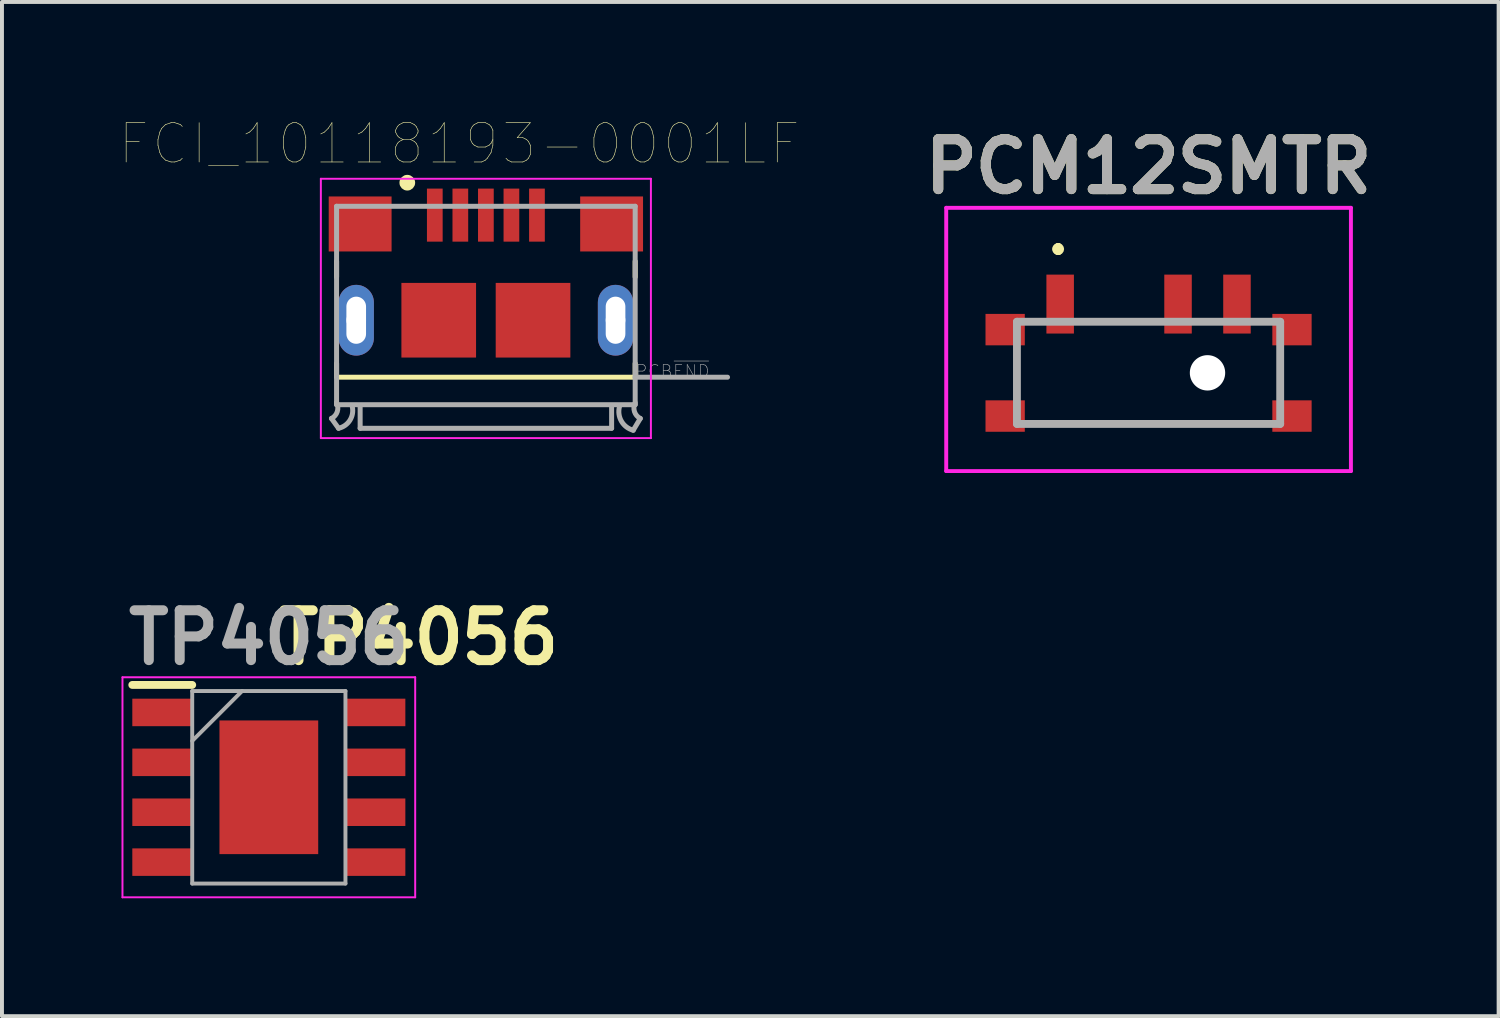
<source format=kicad_pcb>
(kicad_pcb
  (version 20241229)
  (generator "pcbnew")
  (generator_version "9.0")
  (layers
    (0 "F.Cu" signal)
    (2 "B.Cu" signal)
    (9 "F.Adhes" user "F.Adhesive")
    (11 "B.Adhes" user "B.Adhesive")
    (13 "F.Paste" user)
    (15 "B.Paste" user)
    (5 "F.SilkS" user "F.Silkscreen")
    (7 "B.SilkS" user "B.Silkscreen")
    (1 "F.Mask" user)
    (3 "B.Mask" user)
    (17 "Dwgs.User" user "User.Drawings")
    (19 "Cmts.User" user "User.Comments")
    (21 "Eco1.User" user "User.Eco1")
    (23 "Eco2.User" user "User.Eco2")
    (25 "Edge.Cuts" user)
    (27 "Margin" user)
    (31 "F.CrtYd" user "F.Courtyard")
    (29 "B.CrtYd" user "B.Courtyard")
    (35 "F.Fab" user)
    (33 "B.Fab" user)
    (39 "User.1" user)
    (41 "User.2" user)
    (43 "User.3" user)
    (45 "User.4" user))
  (footprint "TP4056"
    (layer "F.Cu")
    (at 3.792 16.987)
    (property "Reference" "TP4056" (at 3.81 -3.81 0) (layer "F.SilkS") (effects (font (size 1.27 1.27) (thickness 0.254))))
    (attr smd)
    (fp_line (start -3.475 -2.605) (end -1.95 -2.605) (stroke (width 0.2) (type solid)) (layer "F.SilkS"))
    (fp_line (start -3.725 -2.8) (end 3.725 -2.8) (stroke (width 0.05) (type solid)) (layer "F.CrtYd"))
    (fp_line (start -3.725 2.8) (end -3.725 -2.8) (stroke (width 0.05) (type solid)) (layer "F.CrtYd"))
    (fp_line (start 3.725 -2.8) (end 3.725 2.8) (stroke (width 0.05) (type solid)) (layer "F.CrtYd"))
    (fp_line (start 3.725 2.8) (end -3.725 2.8) (stroke (width 0.05) (type solid)) (layer "F.CrtYd"))
    (fp_line (start -1.95 -2.45) (end 1.95 -2.45) (stroke (width 0.1) (type solid)) (layer "F.Fab"))
    (fp_line (start -1.95 -1.18) (end -0.68 -2.45) (stroke (width 0.1) (type solid)) (layer "F.Fab"))
    (fp_line (start -1.95 2.45) (end -1.95 -2.45) (stroke (width 0.1) (type solid)) (layer "F.Fab"))
    (fp_line (start 1.95 -2.45) (end 1.95 2.45) (stroke (width 0.1) (type solid)) (layer "F.Fab"))
    (fp_line (start 1.95 2.45) (end -1.95 2.45) (stroke (width 0.1) (type solid)) (layer "F.Fab"))
    (fp_text user "${REFERENCE}" (at 0 -3.81 0) (layer "F.Fab") (effects (font (size 1.27 1.27) (thickness 0.254))))
    (pad "1" smd rect (at -2.712 -1.905 90) (size 0.7 1.525) (layers "F.Cu" "F.Mask" "F.Paste"))
    (pad "2" smd rect (at -2.712 -0.635 90) (size 0.7 1.525) (layers "F.Cu" "F.Mask" "F.Paste"))
    (pad "3" smd rect (at -2.712 0.635 90) (size 0.7 1.525) (layers "F.Cu" "F.Mask" "F.Paste"))
    (pad "4" smd rect (at -2.712 1.905 90) (size 0.7 1.525) (layers "F.Cu" "F.Mask" "F.Paste"))
    (pad "5" smd rect (at 2.712 1.905 90) (size 0.7 1.525) (layers "F.Cu" "F.Mask" "F.Paste"))
    (pad "6" smd rect (at 2.712 0.635 90) (size 0.7 1.525) (layers "F.Cu" "F.Mask" "F.Paste"))
    (pad "7" smd rect (at 2.712 -0.635 90) (size 0.7 1.525) (layers "F.Cu" "F.Mask" "F.Paste"))
    (pad "8" smd rect (at 2.712 -1.905 90) (size 0.7 1.525) (layers "F.Cu" "F.Mask" "F.Paste"))
    (pad "9" smd rect (at 0 0) (size 2.513 3.402) (layers "F.Cu" "F.Mask" "F.Paste")))
  (footprint "PCM12SMTR"
    (layer "F.Cu")
    (at 26.182 6.439)
    (property "Reference" "PCM12SMTR" (at 0 -5.25 0) (layer "F.SilkS") (effects (font (size 1.27 1.27) (thickness 0.254))))
    (attr through_hole)
    (fp_line (start -2.9 1.3) (end 2.9 1.3) (stroke (width 0.1) (type solid)) (layer "F.SilkS"))
    (fp_line (start -2.3 -3.2) (end -2.3 -3.2) (stroke (width 0.2) (type solid)) (layer "F.SilkS"))
    (fp_line (start -2.3 -3.2) (end -2.3 -3.2) (stroke (width 0.2) (type solid)) (layer "F.SilkS"))
    (fp_line (start -2.3 -3.1) (end -2.3 -3.1) (stroke (width 0.2) (type solid)) (layer "F.SilkS"))
    (fp_arc (start -2.3 -3.2) (mid -2.25 -3.15) (end -2.3 -3.1) (stroke (width 0.2) (type solid)) (layer "F.SilkS"))
    (fp_arc (start -2.3 -3.1) (mid -2.35 -3.15) (end -2.3 -3.2) (stroke (width 0.2) (type solid)) (layer "F.SilkS"))
    (fp_arc (start -2.3 -3.1) (mid -2.35 -3.15) (end -2.3 -3.2) (stroke (width 0.2) (type solid)) (layer "F.SilkS"))
    (fp_line (start -5.15 -4.2) (end 5.15 -4.2) (stroke (width 0.1) (type solid)) (layer "F.CrtYd"))
    (fp_line (start -5.15 2.5) (end -5.15 -4.2) (stroke (width 0.1) (type solid)) (layer "F.CrtYd"))
    (fp_line (start 5.15 -4.2) (end 5.15 2.5) (stroke (width 0.1) (type solid)) (layer "F.CrtYd"))
    (fp_line (start 5.15 2.5) (end -5.15 2.5) (stroke (width 0.1) (type solid)) (layer "F.CrtYd"))
    (fp_line (start -3.35 -1.3) (end -3.35 1.3) (stroke (width 0.2) (type solid)) (layer "F.Fab"))
    (fp_line (start -3.35 1.3) (end 3.35 1.3) (stroke (width 0.2) (type solid)) (layer "F.Fab"))
    (fp_line (start 3.35 -1.3) (end -3.35 -1.3) (stroke (width 0.2) (type solid)) (layer "F.Fab"))
    (fp_line (start 3.35 1.3) (end 3.35 -1.3) (stroke (width 0.2) (type solid)) (layer "F.Fab"))
    (fp_text user "${REFERENCE}" (at 0 -5.25 0) (layer "F.Fab") (effects (font (size 1.27 1.27) (thickness 0.254))))
    (pad "" np_thru_hole circle (at -1.5 0) (size 0.001 0.001) (drill 0.9) (layers "*.Cu" "*.Mask"))
    (pad "" np_thru_hole circle (at 1.5 0) (size 0.9 0.9) (drill 0.9) (layers "*.Cu" "*.Mask"))
    (pad "1" smd rect (at -2.25 -1.75) (size 0.7 1.5) (layers "F.Cu" "F.Mask" "F.Paste"))
    (pad "2" smd rect (at 0.75 -1.75) (size 0.7 1.5) (layers "F.Cu" "F.Mask" "F.Paste"))
    (pad "3" smd rect (at 2.25 -1.75) (size 0.7 1.5) (layers "F.Cu" "F.Mask" "F.Paste"))
    (pad "MP1" smd rect (at -3.65 -1.1 90) (size 0.8 1) (layers "F.Cu" "F.Mask" "F.Paste"))
    (pad "MP2" smd rect (at -3.65 1.1 90) (size 0.8 1) (layers "F.Cu" "F.Mask" "F.Paste"))
    (pad "MP3" smd rect (at 3.65 1.1 90) (size 0.8 1) (layers "F.Cu" "F.Mask" "F.Paste"))
    (pad "MP4" smd rect (at 3.65 -1.1 90) (size 0.8 1) (layers "F.Cu" "F.Mask" "F.Paste")))
  (footprint "FCI_10118193-0001LF"
    (layer "F.Cu")
    (at 9.316 5.1)
    (property "Reference" "FCI_10118193-0001LF" (at -0.679 -4.489 0) (layer "F.SilkS") (effects (font (size 1 1) (thickness 0.015))))
    (attr through_hole)
    (fp_line (start -3.8 -1.5) (end -3.8 -1.1) (stroke (width 0.127) (type solid)) (layer "F.SilkS"))
    (fp_line (start -3.8 1.1) (end -3.8 1.4) (stroke (width 0.127) (type solid)) (layer "F.SilkS"))
    (fp_line (start -3.8 1.45) (end 3.8 1.45) (stroke (width 0.127) (type solid)) (layer "F.SilkS"))
    (fp_line (start 3.8 -1.1) (end 3.8 -1.5) (stroke (width 0.127) (type solid)) (layer "F.SilkS"))
    (fp_line (start 3.8 1.1) (end 3.8 1.4) (stroke (width 0.127) (type solid)) (layer "F.SilkS"))
    (fp_circle (center -2 -3.5) (end -1.9 -3.5) (stroke (width 0.2) (type solid)) (fill no) (layer "F.SilkS"))
    (fp_line (start -4.2 -3.6) (end -4.2 3) (stroke (width 0.05) (type solid)) (layer "F.CrtYd"))
    (fp_line (start -4.2 3) (end 4.2 3) (stroke (width 0.05) (type solid)) (layer "F.CrtYd"))
    (fp_line (start 4.2 -3.6) (end -4.2 -3.6) (stroke (width 0.05) (type solid)) (layer "F.CrtYd"))
    (fp_line (start 4.2 3) (end 4.2 -3.6) (stroke (width 0.05) (type solid)) (layer "F.CrtYd"))
    (fp_line (start -3.93 2.5) (end -3.75 2.75) (stroke (width 0.127) (type solid)) (layer "F.Fab"))
    (fp_line (start -3.8 -2.9) (end 3.8 -2.9) (stroke (width 0.127) (type solid)) (layer "F.Fab"))
    (fp_line (start -3.8 2.1) (end -3.8 -2.9) (stroke (width 0.127) (type solid)) (layer "F.Fab"))
    (fp_line (start -3.8 2.15) (end -3.8 2.1) (stroke (width 0.127) (type solid)) (layer "F.Fab"))
    (fp_line (start -3.2 2.2) (end -3.2 2.75) (stroke (width 0.127) (type solid)) (layer "F.Fab"))
    (fp_line (start -3.2 2.75) (end 3.2 2.75) (stroke (width 0.127) (type solid)) (layer "F.Fab"))
    (fp_line (start 3.2 2.75) (end 3.2 2.2) (stroke (width 0.127) (type solid)) (layer "F.Fab"))
    (fp_line (start 3.8 -2.9) (end 3.8 1.45) (stroke (width 0.127) (type solid)) (layer "F.Fab"))
    (fp_line (start 3.8 1.45) (end 3.8 2.15) (stroke (width 0.127) (type solid)) (layer "F.Fab"))
    (fp_line (start 3.8 1.45) (end 6.15 1.45) (stroke (width 0.127) (type solid)) (layer "F.Fab"))
    (fp_line (start 3.8 2.15) (end -3.8 2.15) (stroke (width 0.127) (type solid)) (layer "F.Fab"))
    (fp_line (start 3.93 2.5) (end 3.75 2.8) (stroke (width 0.127) (type solid)) (layer "F.Fab"))
    (fp_arc (start -3.8 2.1) (mid -3.782157 2.326924) (end -3.93 2.5) (stroke (width 0.127) (type solid)) (layer "F.Fab"))
    (fp_arc (start -3.4 2.2) (mid -3.461091 2.547487) (end -3.75 2.75) (stroke (width 0.127) (type solid)) (layer "F.Fab"))
    (fp_arc (start 3.75 2.8) (mid 3.450736 2.572487) (end 3.4 2.2) (stroke (width 0.127) (type solid)) (layer "F.Fab"))
    (fp_arc (start 3.93 2.5) (mid 3.782157 2.326924) (end 3.8 2.1) (stroke (width 0.127) (type solid)) (layer "F.Fab"))
    (fp_text user "PCB~{END}" (at 4.75 1.3 0) (layer "F.Fab") (effects (font (size 0.32 0.32) (thickness 0.015))))
    (pad "" np_thru_hole circle (at -3.3 0) (size 0.5 0.5) (drill 0.5) (layers "*.Cu" "*.Mask"))
    (pad "" np_thru_hole circle (at 3.3 0) (size 0.5 0.5) (drill 0.5) (layers "*.Cu" "*.Mask"))
    (pad "1" smd rect (at -1.3 -2.675) (size 0.4 1.35) (layers "F.Cu" "F.Mask" "F.Paste"))
    (pad "2" smd rect (at -0.65 -2.675) (size 0.4 1.35) (layers "F.Cu" "F.Mask" "F.Paste"))
    (pad "3" smd rect (at 0 -2.675) (size 0.4 1.35) (layers "F.Cu" "F.Mask" "F.Paste"))
    (pad "4" smd rect (at 0.65 -2.675) (size 0.4 1.35) (layers "F.Cu" "F.Mask" "F.Paste"))
    (pad "5" smd rect (at 1.3 -2.675) (size 0.4 1.35) (layers "F.Cu" "F.Mask" "F.Paste"))
    (pad "S1" smd rect (at -3.2 -2.45) (size 1.6 1.4) (layers "F.Cu" "F.Mask" "F.Paste"))
    (pad "S2" smd rect (at 3.2 -2.45) (size 1.6 1.4) (layers "F.Cu" "F.Mask" "F.Paste"))
    (pad "S3" smd rect (at 1.2 0) (size 1.9 1.9) (layers "F.Cu" "F.Mask" "F.Paste"))
    (pad "S4" smd rect (at -1.2 0) (size 1.9 1.9) (layers "F.Cu" "F.Mask" "F.Paste"))
    (pad "S5" thru_hole oval (at -3.3 0) (size 0.9 1.8) (drill oval 0.5 1.2) (layers "*.Cu" "*.Mask"))
    (pad "S6" thru_hole oval (at 3.3 0) (size 0.9 1.8) (drill oval 0.5 1.2) (layers "*.Cu" "*.Mask")))
  (gr_rect
    (start -3 -3)
    (end 35.091 22.812)
    (stroke (width 0.1) (type default))
    (fill no)
    (layer "Edge.Cuts")))
</source>
